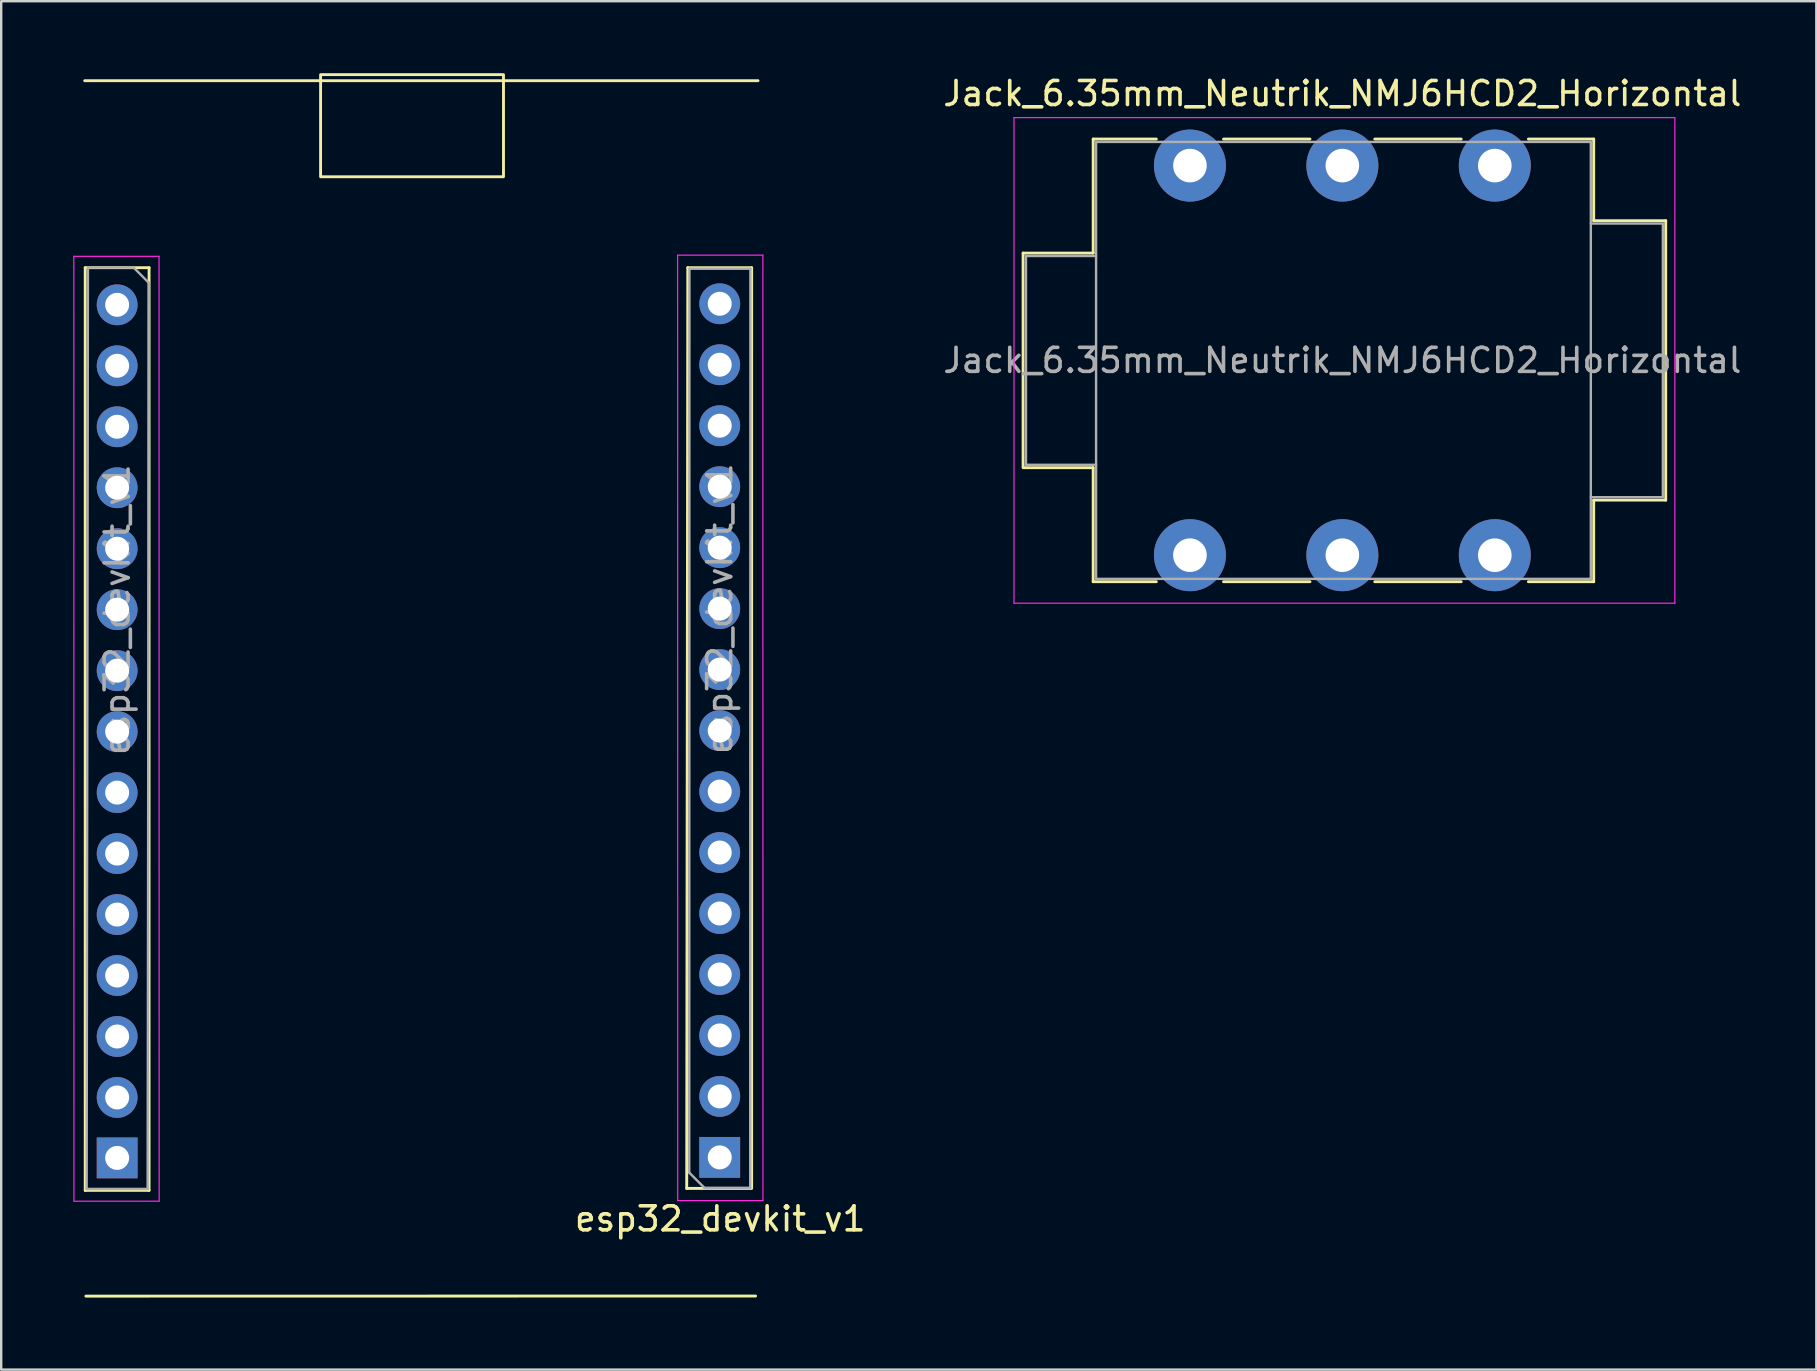
<source format=kicad_pcb>
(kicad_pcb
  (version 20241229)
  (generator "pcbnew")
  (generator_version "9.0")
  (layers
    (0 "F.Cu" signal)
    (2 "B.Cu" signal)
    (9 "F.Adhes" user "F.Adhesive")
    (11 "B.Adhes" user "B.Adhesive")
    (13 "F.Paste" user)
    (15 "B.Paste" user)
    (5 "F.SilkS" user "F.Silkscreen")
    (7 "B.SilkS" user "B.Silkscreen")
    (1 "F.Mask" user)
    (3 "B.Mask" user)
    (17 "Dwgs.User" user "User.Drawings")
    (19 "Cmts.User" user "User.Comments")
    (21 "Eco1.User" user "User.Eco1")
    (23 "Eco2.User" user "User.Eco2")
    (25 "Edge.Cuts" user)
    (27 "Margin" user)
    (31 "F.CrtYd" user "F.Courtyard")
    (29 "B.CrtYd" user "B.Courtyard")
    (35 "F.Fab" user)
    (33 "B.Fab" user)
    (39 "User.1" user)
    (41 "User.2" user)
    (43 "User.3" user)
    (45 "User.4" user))
  (footprint "Jack_6.35mm_Neutrik_NMJ6HCD2_Horizontal"
    (layer "F.Cu")
    (at 46.52 3.848)
    (property "Reference" "Jack_6.35mm_Neutrik_NMJ6HCD2_Horizontal" (at 6.35 -3 0) (layer "F.SilkS") (effects (font (size 1 1) (thickness 0.15))))
    (attr through_hole)
    (fp_line (start -6.95 3.645) (end -4.03 3.645) (stroke (width 0.12) (type solid)) (layer "F.SilkS"))
    (fp_line (start -6.95 12.545) (end -6.95 3.645) (stroke (width 0.12) (type solid)) (layer "F.SilkS"))
    (fp_line (start -6.95 12.585) (end -4.03 12.585) (stroke (width 0.12) (type solid)) (layer "F.SilkS"))
    (fp_line (start -4.03 -1.105) (end -1.4 -1.105) (stroke (width 0.12) (type solid)) (layer "F.SilkS"))
    (fp_line (start -4.03 3.645) (end -4.03 -1.105) (stroke (width 0.12) (type solid)) (layer "F.SilkS"))
    (fp_line (start -4.03 17.335) (end -4.03 12.585) (stroke (width 0.12) (type solid)) (layer "F.SilkS"))
    (fp_line (start -1.4 17.335) (end -4.03 17.335) (stroke (width 0.12) (type solid)) (layer "F.SilkS"))
    (fp_line (start 1.4 -1.105) (end 5 -1.105) (stroke (width 0.12) (type solid)) (layer "F.SilkS"))
    (fp_line (start 5 17.335) (end 1.4 17.335) (stroke (width 0.12) (type solid)) (layer "F.SilkS"))
    (fp_line (start 7.7 -1.105) (end 11.3 -1.105) (stroke (width 0.12) (type solid)) (layer "F.SilkS"))
    (fp_line (start 11.3 17.335) (end 7.7 17.335) (stroke (width 0.12) (type solid)) (layer "F.SilkS"))
    (fp_line (start 16.82 -1.105) (end 14.1 -1.105) (stroke (width 0.12) (type solid)) (layer "F.SilkS"))
    (fp_line (start 16.82 2.295) (end 16.82 -1.105) (stroke (width 0.12) (type solid)) (layer "F.SilkS"))
    (fp_line (start 16.82 2.295) (end 19.82 2.295) (stroke (width 0.12) (type solid)) (layer "F.SilkS"))
    (fp_line (start 16.82 13.935) (end 19.82 13.935) (stroke (width 0.12) (type solid)) (layer "F.SilkS"))
    (fp_line (start 16.82 17.335) (end 14.1 17.335) (stroke (width 0.12) (type solid)) (layer "F.SilkS"))
    (fp_line (start 16.82 17.335) (end 16.82 13.935) (stroke (width 0.12) (type solid)) (layer "F.SilkS"))
    (fp_line (start 19.82 13.935) (end 19.82 2.295) (stroke (width 0.12) (type solid)) (layer "F.SilkS"))
    (fp_line (start -7.33 18.23) (end -7.33 -2) (stroke (width 0.05) (type solid)) (layer "F.CrtYd"))
    (fp_line (start -7.33 18.23) (end 20.2 18.23) (stroke (width 0.05) (type solid)) (layer "F.CrtYd"))
    (fp_line (start 20.2 -2) (end -7.33 -2) (stroke (width 0.05) (type solid)) (layer "F.CrtYd"))
    (fp_line (start 20.2 18.23) (end 20.2 -2) (stroke (width 0.05) (type solid)) (layer "F.CrtYd"))
    (fp_line (start -6.83 3.765) (end -3.91 3.765) (stroke (width 0.1) (type solid)) (layer "F.Fab"))
    (fp_line (start -6.83 12.465) (end -6.83 3.765) (stroke (width 0.1) (type solid)) (layer "F.Fab"))
    (fp_line (start -6.83 12.465) (end -3.91 12.465) (stroke (width 0.1) (type solid)) (layer "F.Fab"))
    (fp_line (start -3.91 17.215) (end -3.91 -0.985) (stroke (width 0.1) (type solid)) (layer "F.Fab"))
    (fp_line (start 16.7 -0.985) (end -3.91 -0.985) (stroke (width 0.1) (type solid)) (layer "F.Fab"))
    (fp_line (start 16.7 17.215) (end -3.91 17.215) (stroke (width 0.1) (type solid)) (layer "F.Fab"))
    (fp_line (start 16.7 17.215) (end 16.7 -0.985) (stroke (width 0.1) (type solid)) (layer "F.Fab"))
    (fp_line (start 19.7 2.415) (end 16.7 2.415) (stroke (width 0.1) (type solid)) (layer "F.Fab"))
    (fp_line (start 19.7 13.815) (end 16.7 13.815) (stroke (width 0.1) (type solid)) (layer "F.Fab"))
    (fp_line (start 19.7 13.815) (end 19.7 2.415) (stroke (width 0.1) (type solid)) (layer "F.Fab"))
    (fp_text user "${REFERENCE}" (at 6.35 8.115 0) (layer "F.Fab") (effects (font (size 1 1) (thickness 0.15))))
    (pad "R" thru_hole circle (at 6.35 0) (size 3 3) (drill 1.4) (layers "*.Cu" "*.Mask"))
    (pad "RN" thru_hole circle (at 6.35 16.23) (size 3 3) (drill 1.4) (layers "*.Cu" "*.Mask"))
    (pad "S" thru_hole circle (at 12.7 0) (size 3 3) (drill 1.4) (layers "*.Cu" "*.Mask"))
    (pad "SN" thru_hole circle (at 12.7 16.23) (size 3 3) (drill 1.4) (layers "*.Cu" "*.Mask"))
    (pad "T" thru_hole circle (at 0 0) (size 3 3) (drill 1.4) (layers "*.Cu" "*.Mask"))
    (pad "TN" thru_hole circle (at 0 16.23) (size 3 3) (drill 1.4) (layers "*.Cu" "*.Mask")))
  (footprint "esp32_devkit_v1"
    (layer "F.Cu")
    (at 1.83 9.648)
    (property "Reference" "esp32_devkit_v1" (at 25.124 38.078 180) (layer "F.SilkS") (effects (font (size 1 1) (thickness 0.15))))
    (attr through_hole)
    (fp_line (start -1.33 -1.546) (end -1.33 36.89) (stroke (width 0.12) (type solid)) (layer "F.SilkS"))
    (fp_line (start -1.33 -1.546) (end 1.33 -1.546) (stroke (width 0.12) (type solid)) (layer "F.SilkS"))
    (fp_line (start -1.33 36.89) (end 1.33 36.89) (stroke (width 0.12) (type solid)) (layer "F.SilkS"))
    (fp_line (start -1.303 41.296) (end 26.595 41.291) (stroke (width 0.12) (type solid)) (layer "F.SilkS"))
    (fp_line (start 1.33 -1.546) (end 1.33 36.89) (stroke (width 0.12) (type solid)) (layer "F.SilkS"))
    (fp_line (start 23.727 36.808) (end 23.772 -1.546) (stroke (width 0.12) (type solid)) (layer "F.SilkS"))
    (fp_line (start 26.387 36.808) (end 23.727 36.808) (stroke (width 0.12) (type solid)) (layer "F.SilkS"))
    (fp_line (start 26.432 -1.546) (end 23.772 -1.546) (stroke (width 0.12) (type solid)) (layer "F.SilkS"))
    (fp_line (start 26.432 36.808) (end 26.432 -1.546) (stroke (width 0.12) (type solid)) (layer "F.SilkS"))
    (fp_line (start 26.697 -9.336) (end -1.352 -9.336) (stroke (width 0.12) (type solid)) (layer "F.SilkS"))
    (fp_rect (start 8.475 -9.588) (end 16.094 -5.334) (stroke (width 0.12) (type solid)) (fill no) (layer "F.SilkS"))
    (fp_line (start -1.805 -2.021) (end 1.745 -2.021) (stroke (width 0.05) (type solid)) (layer "F.CrtYd"))
    (fp_line (start -1.8 37.34) (end -1.805 -2.021) (stroke (width 0.05) (type solid)) (layer "F.CrtYd"))
    (fp_line (start 1.745 -2.021) (end 1.75 37.34) (stroke (width 0.05) (type solid)) (layer "F.CrtYd"))
    (fp_line (start 1.75 37.34) (end -1.8 37.34) (stroke (width 0.05) (type solid)) (layer "F.CrtYd"))
    (fp_line (start 23.349 -2.071) (end 26.899 -2.071) (stroke (width 0.05) (type solid)) (layer "F.CrtYd"))
    (fp_line (start 23.352 37.316) (end 23.349 -2.071) (stroke (width 0.05) (type solid)) (layer "F.CrtYd"))
    (fp_line (start 26.899 -2.071) (end 26.902 37.316) (stroke (width 0.05) (type solid)) (layer "F.CrtYd"))
    (fp_line (start 26.902 37.316) (end 23.352 37.316) (stroke (width 0.05) (type solid)) (layer "F.CrtYd"))
    (fp_line (start -1.27 36.83) (end -1.217 -1.55) (stroke (width 0.1) (type solid)) (layer "F.Fab"))
    (fp_line (start -1.217 -1.55) (end 0.688 -1.55) (stroke (width 0.1) (type solid)) (layer "F.Fab"))
    (fp_line (start 0.688 -1.55) (end 1.323 -0.915) (stroke (width 0.1) (type solid)) (layer "F.Fab"))
    (fp_line (start 1.27 36.83) (end -1.27 36.83) (stroke (width 0.1) (type solid)) (layer "F.Fab"))
    (fp_line (start 1.323 -0.915) (end 1.27 36.83) (stroke (width 0.1) (type solid)) (layer "F.Fab"))
    (fp_line (start 23.832 36.151) (end 23.84 -1.503) (stroke (width 0.1) (type solid)) (layer "F.Fab"))
    (fp_line (start 23.84 -1.503) (end 26.38 -1.503) (stroke (width 0.1) (type solid)) (layer "F.Fab"))
    (fp_line (start 24.467 36.786) (end 23.832 36.151) (stroke (width 0.1) (type solid)) (layer "F.Fab"))
    (fp_line (start 26.372 36.786) (end 24.467 36.786) (stroke (width 0.1) (type solid)) (layer "F.Fab"))
    (fp_line (start 26.38 -1.503) (end 26.372 36.786) (stroke (width 0.1) (type solid)) (layer "F.Fab"))
    (fp_text user "${REFERENCE}" (at 0 12.7 90) (layer "F.Fab") (effects (font (size 1 1) (thickness 0.15))))
    (fp_text user "${REFERENCE}" (at 25.102 12.656 270) (layer "F.Fab") (effects (font (size 1 1) (thickness 0.15))))
    (pad "1" thru_hole rect (at 25.102 35.516 180) (size 1.7 1.7) (drill 1) (layers "*.Cu" "*.Mask"))
    (pad "2" thru_hole oval (at 25.102 32.976 180) (size 1.7 1.7) (drill 1) (layers "*.Cu" "*.Mask"))
    (pad "3" thru_hole oval (at 25.102 30.436 180) (size 1.7 1.7) (drill 1) (layers "*.Cu" "*.Mask"))
    (pad "4" thru_hole oval (at 25.102 27.896 180) (size 1.7 1.7) (drill 1) (layers "*.Cu" "*.Mask"))
    (pad "5" thru_hole oval (at 25.102 25.356 180) (size 1.7 1.7) (drill 1) (layers "*.Cu" "*.Mask"))
    (pad "6" thru_hole oval (at 25.102 22.816 180) (size 1.7 1.7) (drill 1) (layers "*.Cu" "*.Mask"))
    (pad "7" thru_hole oval (at 25.102 20.276 180) (size 1.7 1.7) (drill 1) (layers "*.Cu" "*.Mask"))
    (pad "8" thru_hole oval (at 25.102 17.736 180) (size 1.7 1.7) (drill 1) (layers "*.Cu" "*.Mask"))
    (pad "9" thru_hole oval (at 25.102 15.196 180) (size 1.7 1.7) (drill 1) (layers "*.Cu" "*.Mask"))
    (pad "10" thru_hole oval (at 25.102 12.656 180) (size 1.7 1.7) (drill 1) (layers "*.Cu" "*.Mask"))
    (pad "11" thru_hole oval (at 25.102 10.116 180) (size 1.7 1.7) (drill 1) (layers "*.Cu" "*.Mask"))
    (pad "12" thru_hole oval (at 25.102 7.576 180) (size 1.7 1.7) (drill 1) (layers "*.Cu" "*.Mask"))
    (pad "13" thru_hole oval (at 25.102 5.036 180) (size 1.7 1.7) (drill 1) (layers "*.Cu" "*.Mask"))
    (pad "14" thru_hole oval (at 25.102 2.496 180) (size 1.7 1.7) (drill 1) (layers "*.Cu" "*.Mask"))
    (pad "15" thru_hole oval (at 25.102 -0.044 180) (size 1.7 1.7) (drill 1) (layers "*.Cu" "*.Mask"))
    (pad "16" thru_hole oval (at 0 0) (size 1.7 1.7) (drill 1) (layers "*.Cu" "*.Mask"))
    (pad "17" thru_hole oval (at 0 2.54) (size 1.7 1.7) (drill 1) (layers "*.Cu" "*.Mask"))
    (pad "18" thru_hole oval (at 0 5.08) (size 1.7 1.7) (drill 1) (layers "*.Cu" "*.Mask"))
    (pad "19" thru_hole oval (at 0 7.62) (size 1.7 1.7) (drill 1) (layers "*.Cu" "*.Mask"))
    (pad "20" thru_hole oval (at 0 10.16) (size 1.7 1.7) (drill 1) (layers "*.Cu" "*.Mask"))
    (pad "21" thru_hole oval (at 0 12.7) (size 1.7 1.7) (drill 1) (layers "*.Cu" "*.Mask"))
    (pad "22" thru_hole oval (at 0 15.24) (size 1.7 1.7) (drill 1) (layers "*.Cu" "*.Mask"))
    (pad "23" thru_hole oval (at 0 17.78) (size 1.7 1.7) (drill 1) (layers "*.Cu" "*.Mask"))
    (pad "24" thru_hole oval (at 0 20.32) (size 1.7 1.7) (drill 1) (layers "*.Cu" "*.Mask"))
    (pad "25" thru_hole oval (at 0 22.86) (size 1.7 1.7) (drill 1) (layers "*.Cu" "*.Mask"))
    (pad "26" thru_hole oval (at 0 25.4) (size 1.7 1.7) (drill 1) (layers "*.Cu" "*.Mask"))
    (pad "27" thru_hole oval (at 0 27.94) (size 1.7 1.7) (drill 1) (layers "*.Cu" "*.Mask"))
    (pad "28" thru_hole oval (at 0 30.48) (size 1.7 1.7) (drill 1) (layers "*.Cu" "*.Mask"))
    (pad "29" thru_hole oval (at 0 33.02) (size 1.7 1.7) (drill 1) (layers "*.Cu" "*.Mask"))
    (pad "30" thru_hole rect (at 0 35.538) (size 1.7 1.7) (drill 1) (layers "*.Cu" "*.Mask")))
  (gr_rect
    (start -3 -3)
    (end 72.614 54.004)
    (stroke (width 0.1) (type default))
    (fill no)
    (layer "Edge.Cuts")))
</source>
